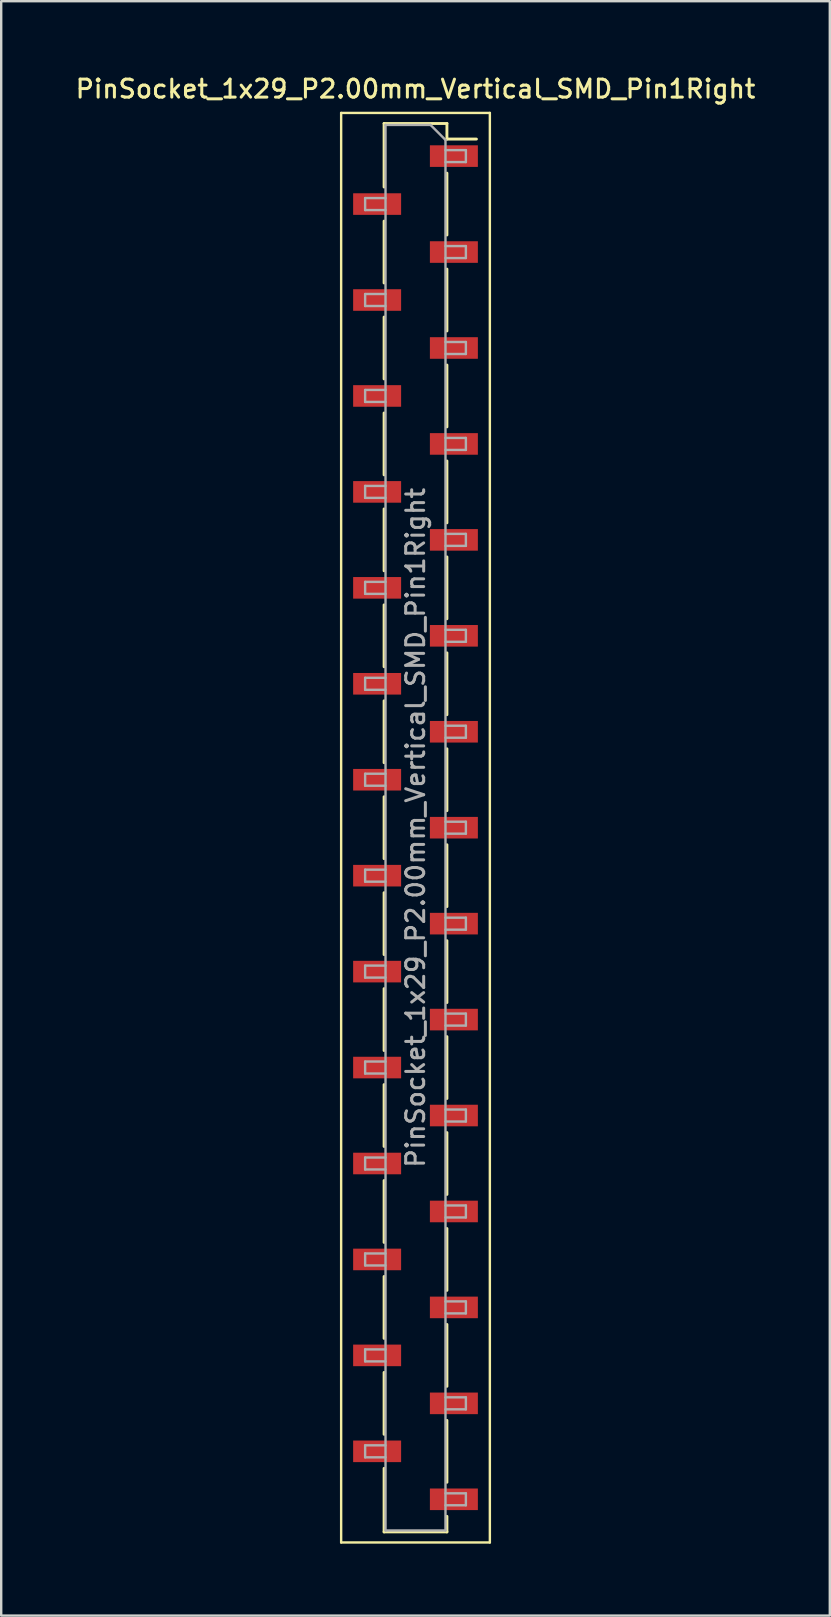
<source format=kicad_pcb>
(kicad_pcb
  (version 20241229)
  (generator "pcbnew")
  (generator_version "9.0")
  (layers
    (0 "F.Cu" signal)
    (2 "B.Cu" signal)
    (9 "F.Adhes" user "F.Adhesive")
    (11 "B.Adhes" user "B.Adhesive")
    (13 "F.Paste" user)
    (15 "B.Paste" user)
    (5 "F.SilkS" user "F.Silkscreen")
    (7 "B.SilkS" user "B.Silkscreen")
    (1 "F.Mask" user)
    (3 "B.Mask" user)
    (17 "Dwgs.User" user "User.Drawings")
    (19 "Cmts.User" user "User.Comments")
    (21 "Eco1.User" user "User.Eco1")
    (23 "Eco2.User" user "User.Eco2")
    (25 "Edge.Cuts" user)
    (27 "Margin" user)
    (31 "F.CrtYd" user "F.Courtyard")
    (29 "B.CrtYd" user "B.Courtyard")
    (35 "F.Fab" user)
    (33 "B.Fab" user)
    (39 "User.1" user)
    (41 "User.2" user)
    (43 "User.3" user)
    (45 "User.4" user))
  (footprint "PinSocket_1x29_P2.00mm_Vertical_SMD_Pin1Right"
    (layer "F.Cu")
    (at 14.273 31.458)
    (property "Reference" "PinSocket_1x29_P2.00mm_Vertical_SMD_Pin1Right" (at 0 -30.8 0) (layer "F.SilkS") (effects (font (size 0.75 0.75) (thickness 0.125))))
    (attr smd)
    (fp_line (start -3.1 -29.8) (end 3.1 -29.8) (stroke (width 0.1) (type solid)) (layer "F.SilkS"))
    (fp_line (start -3.1 29.8) (end -3.1 -29.8) (stroke (width 0.1) (type solid)) (layer "F.SilkS"))
    (fp_line (start -1.31 -29.36) (end -1.31 -26.71) (stroke (width 0.12) (type solid)) (layer "F.SilkS"))
    (fp_line (start -1.31 -29.36) (end 1.31 -29.36) (stroke (width 0.12) (type solid)) (layer "F.SilkS"))
    (fp_line (start -1.31 -25.29) (end -1.31 -22.71) (stroke (width 0.12) (type solid)) (layer "F.SilkS"))
    (fp_line (start -1.31 -21.29) (end -1.31 -18.71) (stroke (width 0.12) (type solid)) (layer "F.SilkS"))
    (fp_line (start -1.31 -17.29) (end -1.31 -14.71) (stroke (width 0.12) (type solid)) (layer "F.SilkS"))
    (fp_line (start -1.31 -13.29) (end -1.31 -10.71) (stroke (width 0.12) (type solid)) (layer "F.SilkS"))
    (fp_line (start -1.31 -9.29) (end -1.31 -6.71) (stroke (width 0.12) (type solid)) (layer "F.SilkS"))
    (fp_line (start -1.31 -5.29) (end -1.31 -2.71) (stroke (width 0.12) (type solid)) (layer "F.SilkS"))
    (fp_line (start -1.31 -1.29) (end -1.31 1.29) (stroke (width 0.12) (type solid)) (layer "F.SilkS"))
    (fp_line (start -1.31 2.71) (end -1.31 5.29) (stroke (width 0.12) (type solid)) (layer "F.SilkS"))
    (fp_line (start -1.31 6.71) (end -1.31 9.29) (stroke (width 0.12) (type solid)) (layer "F.SilkS"))
    (fp_line (start -1.31 10.71) (end -1.31 13.29) (stroke (width 0.12) (type solid)) (layer "F.SilkS"))
    (fp_line (start -1.31 14.71) (end -1.31 17.29) (stroke (width 0.12) (type solid)) (layer "F.SilkS"))
    (fp_line (start -1.31 18.71) (end -1.31 21.29) (stroke (width 0.12) (type solid)) (layer "F.SilkS"))
    (fp_line (start -1.31 22.71) (end -1.31 25.29) (stroke (width 0.12) (type solid)) (layer "F.SilkS"))
    (fp_line (start -1.31 26.71) (end -1.31 29.36) (stroke (width 0.12) (type solid)) (layer "F.SilkS"))
    (fp_line (start -1.31 29.36) (end 1.31 29.36) (stroke (width 0.12) (type solid)) (layer "F.SilkS"))
    (fp_line (start 1.31 -29.36) (end 1.31 -28.71) (stroke (width 0.12) (type solid)) (layer "F.SilkS"))
    (fp_line (start 1.31 -28.71) (end 2.54 -28.71) (stroke (width 0.12) (type solid)) (layer "F.SilkS"))
    (fp_line (start 1.31 -27.29) (end 1.31 -24.71) (stroke (width 0.12) (type solid)) (layer "F.SilkS"))
    (fp_line (start 1.31 -23.29) (end 1.31 -20.71) (stroke (width 0.12) (type solid)) (layer "F.SilkS"))
    (fp_line (start 1.31 -19.29) (end 1.31 -16.71) (stroke (width 0.12) (type solid)) (layer "F.SilkS"))
    (fp_line (start 1.31 -15.29) (end 1.31 -12.71) (stroke (width 0.12) (type solid)) (layer "F.SilkS"))
    (fp_line (start 1.31 -11.29) (end 1.31 -8.71) (stroke (width 0.12) (type solid)) (layer "F.SilkS"))
    (fp_line (start 1.31 -7.29) (end 1.31 -4.71) (stroke (width 0.12) (type solid)) (layer "F.SilkS"))
    (fp_line (start 1.31 -3.29) (end 1.31 -0.71) (stroke (width 0.12) (type solid)) (layer "F.SilkS"))
    (fp_line (start 1.31 0.71) (end 1.31 3.29) (stroke (width 0.12) (type solid)) (layer "F.SilkS"))
    (fp_line (start 1.31 4.71) (end 1.31 7.29) (stroke (width 0.12) (type solid)) (layer "F.SilkS"))
    (fp_line (start 1.31 8.71) (end 1.31 11.29) (stroke (width 0.12) (type solid)) (layer "F.SilkS"))
    (fp_line (start 1.31 12.71) (end 1.31 15.29) (stroke (width 0.12) (type solid)) (layer "F.SilkS"))
    (fp_line (start 1.31 16.71) (end 1.31 19.29) (stroke (width 0.12) (type solid)) (layer "F.SilkS"))
    (fp_line (start 1.31 20.71) (end 1.31 23.29) (stroke (width 0.12) (type solid)) (layer "F.SilkS"))
    (fp_line (start 1.31 24.71) (end 1.31 27.29) (stroke (width 0.12) (type solid)) (layer "F.SilkS"))
    (fp_line (start 1.31 28.71) (end 1.31 29.36) (stroke (width 0.12) (type solid)) (layer "F.SilkS"))
    (fp_line (start 3.1 -29.8) (end 3.1 29.8) (stroke (width 0.1) (type solid)) (layer "F.SilkS"))
    (fp_line (start 3.1 29.8) (end -3.1 29.8) (stroke (width 0.1) (type solid)) (layer "F.SilkS"))
    (fp_line (start -2.1 -26.25) (end -1.25 -26.25) (stroke (width 0.1) (type solid)) (layer "F.Fab"))
    (fp_line (start -2.1 -25.75) (end -2.1 -26.25) (stroke (width 0.1) (type solid)) (layer "F.Fab"))
    (fp_line (start -2.1 -22.25) (end -1.25 -22.25) (stroke (width 0.1) (type solid)) (layer "F.Fab"))
    (fp_line (start -2.1 -21.75) (end -2.1 -22.25) (stroke (width 0.1) (type solid)) (layer "F.Fab"))
    (fp_line (start -2.1 -18.25) (end -1.25 -18.25) (stroke (width 0.1) (type solid)) (layer "F.Fab"))
    (fp_line (start -2.1 -17.75) (end -2.1 -18.25) (stroke (width 0.1) (type solid)) (layer "F.Fab"))
    (fp_line (start -2.1 -14.25) (end -1.25 -14.25) (stroke (width 0.1) (type solid)) (layer "F.Fab"))
    (fp_line (start -2.1 -13.75) (end -2.1 -14.25) (stroke (width 0.1) (type solid)) (layer "F.Fab"))
    (fp_line (start -2.1 -10.25) (end -1.25 -10.25) (stroke (width 0.1) (type solid)) (layer "F.Fab"))
    (fp_line (start -2.1 -9.75) (end -2.1 -10.25) (stroke (width 0.1) (type solid)) (layer "F.Fab"))
    (fp_line (start -2.1 -6.25) (end -1.25 -6.25) (stroke (width 0.1) (type solid)) (layer "F.Fab"))
    (fp_line (start -2.1 -5.75) (end -2.1 -6.25) (stroke (width 0.1) (type solid)) (layer "F.Fab"))
    (fp_line (start -2.1 -2.25) (end -1.25 -2.25) (stroke (width 0.1) (type solid)) (layer "F.Fab"))
    (fp_line (start -2.1 -1.75) (end -2.1 -2.25) (stroke (width 0.1) (type solid)) (layer "F.Fab"))
    (fp_line (start -2.1 1.75) (end -1.25 1.75) (stroke (width 0.1) (type solid)) (layer "F.Fab"))
    (fp_line (start -2.1 2.25) (end -2.1 1.75) (stroke (width 0.1) (type solid)) (layer "F.Fab"))
    (fp_line (start -2.1 5.75) (end -1.25 5.75) (stroke (width 0.1) (type solid)) (layer "F.Fab"))
    (fp_line (start -2.1 6.25) (end -2.1 5.75) (stroke (width 0.1) (type solid)) (layer "F.Fab"))
    (fp_line (start -2.1 9.75) (end -1.25 9.75) (stroke (width 0.1) (type solid)) (layer "F.Fab"))
    (fp_line (start -2.1 10.25) (end -2.1 9.75) (stroke (width 0.1) (type solid)) (layer "F.Fab"))
    (fp_line (start -2.1 13.75) (end -1.25 13.75) (stroke (width 0.1) (type solid)) (layer "F.Fab"))
    (fp_line (start -2.1 14.25) (end -2.1 13.75) (stroke (width 0.1) (type solid)) (layer "F.Fab"))
    (fp_line (start -2.1 17.75) (end -1.25 17.75) (stroke (width 0.1) (type solid)) (layer "F.Fab"))
    (fp_line (start -2.1 18.25) (end -2.1 17.75) (stroke (width 0.1) (type solid)) (layer "F.Fab"))
    (fp_line (start -2.1 21.75) (end -1.25 21.75) (stroke (width 0.1) (type solid)) (layer "F.Fab"))
    (fp_line (start -2.1 22.25) (end -2.1 21.75) (stroke (width 0.1) (type solid)) (layer "F.Fab"))
    (fp_line (start -2.1 25.75) (end -1.25 25.75) (stroke (width 0.1) (type solid)) (layer "F.Fab"))
    (fp_line (start -2.1 26.25) (end -2.1 25.75) (stroke (width 0.1) (type solid)) (layer "F.Fab"))
    (fp_line (start -1.25 -29.3) (end 0.625 -29.3) (stroke (width 0.1) (type solid)) (layer "F.Fab"))
    (fp_line (start -1.25 -25.75) (end -2.1 -25.75) (stroke (width 0.1) (type solid)) (layer "F.Fab"))
    (fp_line (start -1.25 -21.75) (end -2.1 -21.75) (stroke (width 0.1) (type solid)) (layer "F.Fab"))
    (fp_line (start -1.25 -17.75) (end -2.1 -17.75) (stroke (width 0.1) (type solid)) (layer "F.Fab"))
    (fp_line (start -1.25 -13.75) (end -2.1 -13.75) (stroke (width 0.1) (type solid)) (layer "F.Fab"))
    (fp_line (start -1.25 -9.75) (end -2.1 -9.75) (stroke (width 0.1) (type solid)) (layer "F.Fab"))
    (fp_line (start -1.25 -5.75) (end -2.1 -5.75) (stroke (width 0.1) (type solid)) (layer "F.Fab"))
    (fp_line (start -1.25 -1.75) (end -2.1 -1.75) (stroke (width 0.1) (type solid)) (layer "F.Fab"))
    (fp_line (start -1.25 2.25) (end -2.1 2.25) (stroke (width 0.1) (type solid)) (layer "F.Fab"))
    (fp_line (start -1.25 6.25) (end -2.1 6.25) (stroke (width 0.1) (type solid)) (layer "F.Fab"))
    (fp_line (start -1.25 10.25) (end -2.1 10.25) (stroke (width 0.1) (type solid)) (layer "F.Fab"))
    (fp_line (start -1.25 14.25) (end -2.1 14.25) (stroke (width 0.1) (type solid)) (layer "F.Fab"))
    (fp_line (start -1.25 18.25) (end -2.1 18.25) (stroke (width 0.1) (type solid)) (layer "F.Fab"))
    (fp_line (start -1.25 22.25) (end -2.1 22.25) (stroke (width 0.1) (type solid)) (layer "F.Fab"))
    (fp_line (start -1.25 26.25) (end -2.1 26.25) (stroke (width 0.1) (type solid)) (layer "F.Fab"))
    (fp_line (start -1.25 29.3) (end -1.25 -29.3) (stroke (width 0.1) (type solid)) (layer "F.Fab"))
    (fp_line (start 0.625 -29.3) (end 1.25 -28.675) (stroke (width 0.1) (type solid)) (layer "F.Fab"))
    (fp_line (start 1.25 -28.675) (end 1.25 29.3) (stroke (width 0.1) (type solid)) (layer "F.Fab"))
    (fp_line (start 1.25 -28.25) (end 2.1 -28.25) (stroke (width 0.1) (type solid)) (layer "F.Fab"))
    (fp_line (start 1.25 -24.25) (end 2.1 -24.25) (stroke (width 0.1) (type solid)) (layer "F.Fab"))
    (fp_line (start 1.25 -20.25) (end 2.1 -20.25) (stroke (width 0.1) (type solid)) (layer "F.Fab"))
    (fp_line (start 1.25 -16.25) (end 2.1 -16.25) (stroke (width 0.1) (type solid)) (layer "F.Fab"))
    (fp_line (start 1.25 -12.25) (end 2.1 -12.25) (stroke (width 0.1) (type solid)) (layer "F.Fab"))
    (fp_line (start 1.25 -8.25) (end 2.1 -8.25) (stroke (width 0.1) (type solid)) (layer "F.Fab"))
    (fp_line (start 1.25 -4.25) (end 2.1 -4.25) (stroke (width 0.1) (type solid)) (layer "F.Fab"))
    (fp_line (start 1.25 -0.25) (end 2.1 -0.25) (stroke (width 0.1) (type solid)) (layer "F.Fab"))
    (fp_line (start 1.25 3.75) (end 2.1 3.75) (stroke (width 0.1) (type solid)) (layer "F.Fab"))
    (fp_line (start 1.25 7.75) (end 2.1 7.75) (stroke (width 0.1) (type solid)) (layer "F.Fab"))
    (fp_line (start 1.25 11.75) (end 2.1 11.75) (stroke (width 0.1) (type solid)) (layer "F.Fab"))
    (fp_line (start 1.25 15.75) (end 2.1 15.75) (stroke (width 0.1) (type solid)) (layer "F.Fab"))
    (fp_line (start 1.25 19.75) (end 2.1 19.75) (stroke (width 0.1) (type solid)) (layer "F.Fab"))
    (fp_line (start 1.25 23.75) (end 2.1 23.75) (stroke (width 0.1) (type solid)) (layer "F.Fab"))
    (fp_line (start 1.25 27.75) (end 2.1 27.75) (stroke (width 0.1) (type solid)) (layer "F.Fab"))
    (fp_line (start 1.25 29.3) (end -1.25 29.3) (stroke (width 0.1) (type solid)) (layer "F.Fab"))
    (fp_line (start 2.1 -28.25) (end 2.1 -27.75) (stroke (width 0.1) (type solid)) (layer "F.Fab"))
    (fp_line (start 2.1 -27.75) (end 1.25 -27.75) (stroke (width 0.1) (type solid)) (layer "F.Fab"))
    (fp_line (start 2.1 -24.25) (end 2.1 -23.75) (stroke (width 0.1) (type solid)) (layer "F.Fab"))
    (fp_line (start 2.1 -23.75) (end 1.25 -23.75) (stroke (width 0.1) (type solid)) (layer "F.Fab"))
    (fp_line (start 2.1 -20.25) (end 2.1 -19.75) (stroke (width 0.1) (type solid)) (layer "F.Fab"))
    (fp_line (start 2.1 -19.75) (end 1.25 -19.75) (stroke (width 0.1) (type solid)) (layer "F.Fab"))
    (fp_line (start 2.1 -16.25) (end 2.1 -15.75) (stroke (width 0.1) (type solid)) (layer "F.Fab"))
    (fp_line (start 2.1 -15.75) (end 1.25 -15.75) (stroke (width 0.1) (type solid)) (layer "F.Fab"))
    (fp_line (start 2.1 -12.25) (end 2.1 -11.75) (stroke (width 0.1) (type solid)) (layer "F.Fab"))
    (fp_line (start 2.1 -11.75) (end 1.25 -11.75) (stroke (width 0.1) (type solid)) (layer "F.Fab"))
    (fp_line (start 2.1 -8.25) (end 2.1 -7.75) (stroke (width 0.1) (type solid)) (layer "F.Fab"))
    (fp_line (start 2.1 -7.75) (end 1.25 -7.75) (stroke (width 0.1) (type solid)) (layer "F.Fab"))
    (fp_line (start 2.1 -4.25) (end 2.1 -3.75) (stroke (width 0.1) (type solid)) (layer "F.Fab"))
    (fp_line (start 2.1 -3.75) (end 1.25 -3.75) (stroke (width 0.1) (type solid)) (layer "F.Fab"))
    (fp_line (start 2.1 -0.25) (end 2.1 0.25) (stroke (width 0.1) (type solid)) (layer "F.Fab"))
    (fp_line (start 2.1 0.25) (end 1.25 0.25) (stroke (width 0.1) (type solid)) (layer "F.Fab"))
    (fp_line (start 2.1 3.75) (end 2.1 4.25) (stroke (width 0.1) (type solid)) (layer "F.Fab"))
    (fp_line (start 2.1 4.25) (end 1.25 4.25) (stroke (width 0.1) (type solid)) (layer "F.Fab"))
    (fp_line (start 2.1 7.75) (end 2.1 8.25) (stroke (width 0.1) (type solid)) (layer "F.Fab"))
    (fp_line (start 2.1 8.25) (end 1.25 8.25) (stroke (width 0.1) (type solid)) (layer "F.Fab"))
    (fp_line (start 2.1 11.75) (end 2.1 12.25) (stroke (width 0.1) (type solid)) (layer "F.Fab"))
    (fp_line (start 2.1 12.25) (end 1.25 12.25) (stroke (width 0.1) (type solid)) (layer "F.Fab"))
    (fp_line (start 2.1 15.75) (end 2.1 16.25) (stroke (width 0.1) (type solid)) (layer "F.Fab"))
    (fp_line (start 2.1 16.25) (end 1.25 16.25) (stroke (width 0.1) (type solid)) (layer "F.Fab"))
    (fp_line (start 2.1 19.75) (end 2.1 20.25) (stroke (width 0.1) (type solid)) (layer "F.Fab"))
    (fp_line (start 2.1 20.25) (end 1.25 20.25) (stroke (width 0.1) (type solid)) (layer "F.Fab"))
    (fp_line (start 2.1 23.75) (end 2.1 24.25) (stroke (width 0.1) (type solid)) (layer "F.Fab"))
    (fp_line (start 2.1 24.25) (end 1.25 24.25) (stroke (width 0.1) (type solid)) (layer "F.Fab"))
    (fp_line (start 2.1 27.75) (end 2.1 28.25) (stroke (width 0.1) (type solid)) (layer "F.Fab"))
    (fp_line (start 2.1 28.25) (end 1.25 28.25) (stroke (width 0.1) (type solid)) (layer "F.Fab"))
    (fp_text user "${REFERENCE}" (at 0 0 90) (layer "F.Fab") (effects (font (size 0.75 0.75) (thickness 0.125))))
    (pad "1" smd rect (at 1.6 -28) (size 2 0.9) (layers "F.Cu" "F.Mask" "F.Paste"))
    (pad "2" smd rect (at -1.6 -26) (size 2 0.9) (layers "F.Cu" "F.Mask" "F.Paste"))
    (pad "3" smd rect (at 1.6 -24) (size 2 0.9) (layers "F.Cu" "F.Mask" "F.Paste"))
    (pad "4" smd rect (at -1.6 -22) (size 2 0.9) (layers "F.Cu" "F.Mask" "F.Paste"))
    (pad "5" smd rect (at 1.6 -20) (size 2 0.9) (layers "F.Cu" "F.Mask" "F.Paste"))
    (pad "6" smd rect (at -1.6 -18) (size 2 0.9) (layers "F.Cu" "F.Mask" "F.Paste"))
    (pad "7" smd rect (at 1.6 -16) (size 2 0.9) (layers "F.Cu" "F.Mask" "F.Paste"))
    (pad "8" smd rect (at -1.6 -14) (size 2 0.9) (layers "F.Cu" "F.Mask" "F.Paste"))
    (pad "9" smd rect (at 1.6 -12) (size 2 0.9) (layers "F.Cu" "F.Mask" "F.Paste"))
    (pad "10" smd rect (at -1.6 -10) (size 2 0.9) (layers "F.Cu" "F.Mask" "F.Paste"))
    (pad "11" smd rect (at 1.6 -8) (size 2 0.9) (layers "F.Cu" "F.Mask" "F.Paste"))
    (pad "12" smd rect (at -1.6 -6) (size 2 0.9) (layers "F.Cu" "F.Mask" "F.Paste"))
    (pad "13" smd rect (at 1.6 -4) (size 2 0.9) (layers "F.Cu" "F.Mask" "F.Paste"))
    (pad "14" smd rect (at -1.6 -2) (size 2 0.9) (layers "F.Cu" "F.Mask" "F.Paste"))
    (pad "15" smd rect (at 1.6 0) (size 2 0.9) (layers "F.Cu" "F.Mask" "F.Paste"))
    (pad "16" smd rect (at -1.6 2) (size 2 0.9) (layers "F.Cu" "F.Mask" "F.Paste"))
    (pad "17" smd rect (at 1.6 4) (size 2 0.9) (layers "F.Cu" "F.Mask" "F.Paste"))
    (pad "18" smd rect (at -1.6 6) (size 2 0.9) (layers "F.Cu" "F.Mask" "F.Paste"))
    (pad "19" smd rect (at 1.6 8) (size 2 0.9) (layers "F.Cu" "F.Mask" "F.Paste"))
    (pad "20" smd rect (at -1.6 10) (size 2 0.9) (layers "F.Cu" "F.Mask" "F.Paste"))
    (pad "21" smd rect (at 1.6 12) (size 2 0.9) (layers "F.Cu" "F.Mask" "F.Paste"))
    (pad "22" smd rect (at -1.6 14) (size 2 0.9) (layers "F.Cu" "F.Mask" "F.Paste"))
    (pad "23" smd rect (at 1.6 16) (size 2 0.9) (layers "F.Cu" "F.Mask" "F.Paste"))
    (pad "24" smd rect (at -1.6 18) (size 2 0.9) (layers "F.Cu" "F.Mask" "F.Paste"))
    (pad "25" smd rect (at 1.6 20) (size 2 0.9) (layers "F.Cu" "F.Mask" "F.Paste"))
    (pad "26" smd rect (at -1.6 22) (size 2 0.9) (layers "F.Cu" "F.Mask" "F.Paste"))
    (pad "27" smd rect (at 1.6 24) (size 2 0.9) (layers "F.Cu" "F.Mask" "F.Paste"))
    (pad "28" smd rect (at -1.6 26) (size 2 0.9) (layers "F.Cu" "F.Mask" "F.Paste"))
    (pad "29" smd rect (at 1.6 28) (size 2 0.9) (layers "F.Cu" "F.Mask" "F.Paste")))
  (gr_rect
    (start -3 -3)
    (end 31.546 64.308)
    (stroke (width 0.1) (type default))
    (fill no)
    (layer "Edge.Cuts")))
</source>
